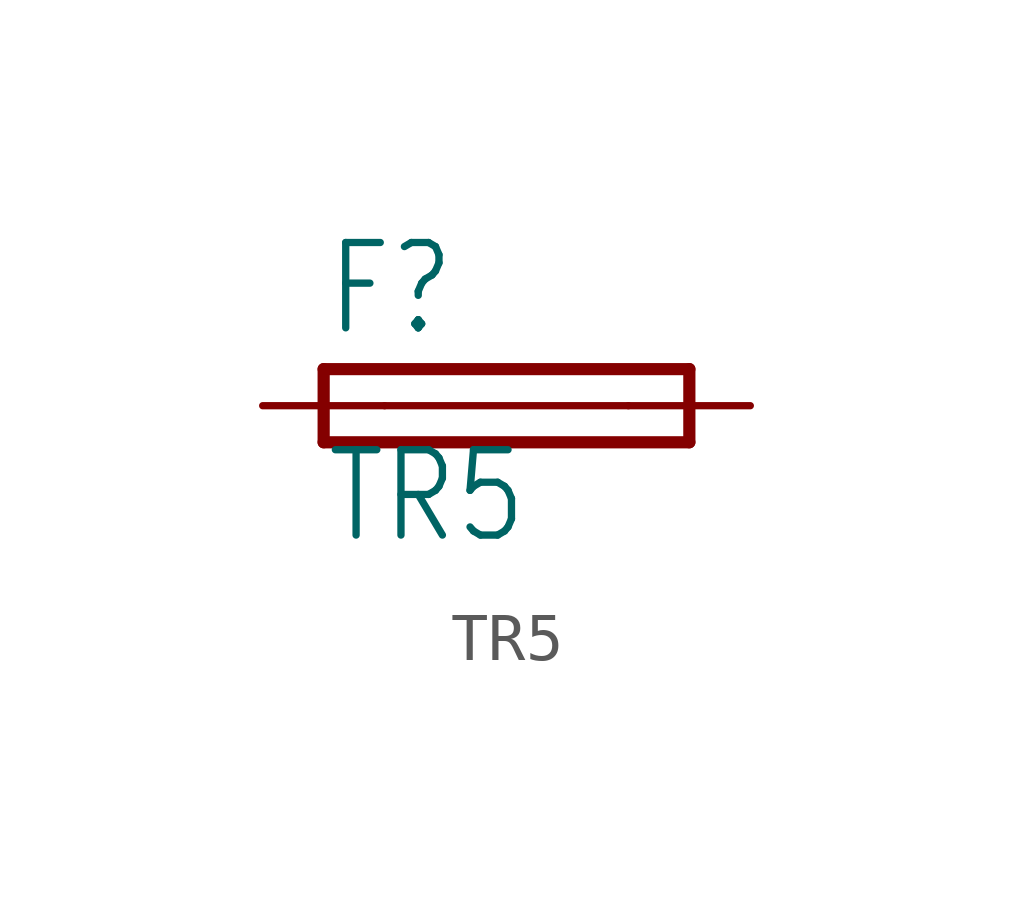
<source format=kicad_sym>
(kicad_symbol_lib
  (version 20211014)
  (generator kicad_symbol_editor)
  (symbol "TR5"
    (property "Reference" "F"
      (at -3.81 1.397 0)
      (effects (font (size 1.778 1.511)) (justify left bottom)))
    (property "Value" "TR5"
      (at -3.81 -2.921 0)
      (effects (font (size 1.778 1.511)) (justify left bottom)))
    (property "ki_locked" ""
      (at 0 0 0)
      (effects (font (size 1.27 1.27))))
    (symbol "TR5_1_0"
      (polyline (pts (xy -3.81 -0.762) (xy 3.81 -0.762)) (stroke (width 0.254) (type default) (color 0 0 0 0)) (fill (type none)))
      (polyline (pts (xy -3.81 0.762) (xy -3.81 -0.762)) (stroke (width 0.254) (type default) (color 0 0 0 0)) (fill (type none)))
      (polyline (pts (xy -2.54 0) (xy 2.54 0)) (stroke (width 0.152) (type default) (color 0 0 0 0)) (fill (type none)))
      (polyline (pts (xy 3.81 -0.762) (xy 3.81 0.762)) (stroke (width 0.254) (type default) (color 0 0 0 0)) (fill (type none)))
      (polyline (pts (xy 3.81 0.762) (xy -3.81 0.762)) (stroke (width 0.254) (type default) (color 0 0 0 0)) (fill (type none)))
      (pin passive line (at -5.08 0 0) (length 2.54) (name "1" (effects (font (size 0 0)))) (number "1" (effects (font (size 0 0)))))
      (pin passive line (at 5.08 0 180) (length 2.54) (name "2" (effects (font (size 0 0)))) (number "2" (effects (font (size 0 0))))))))
</source>
